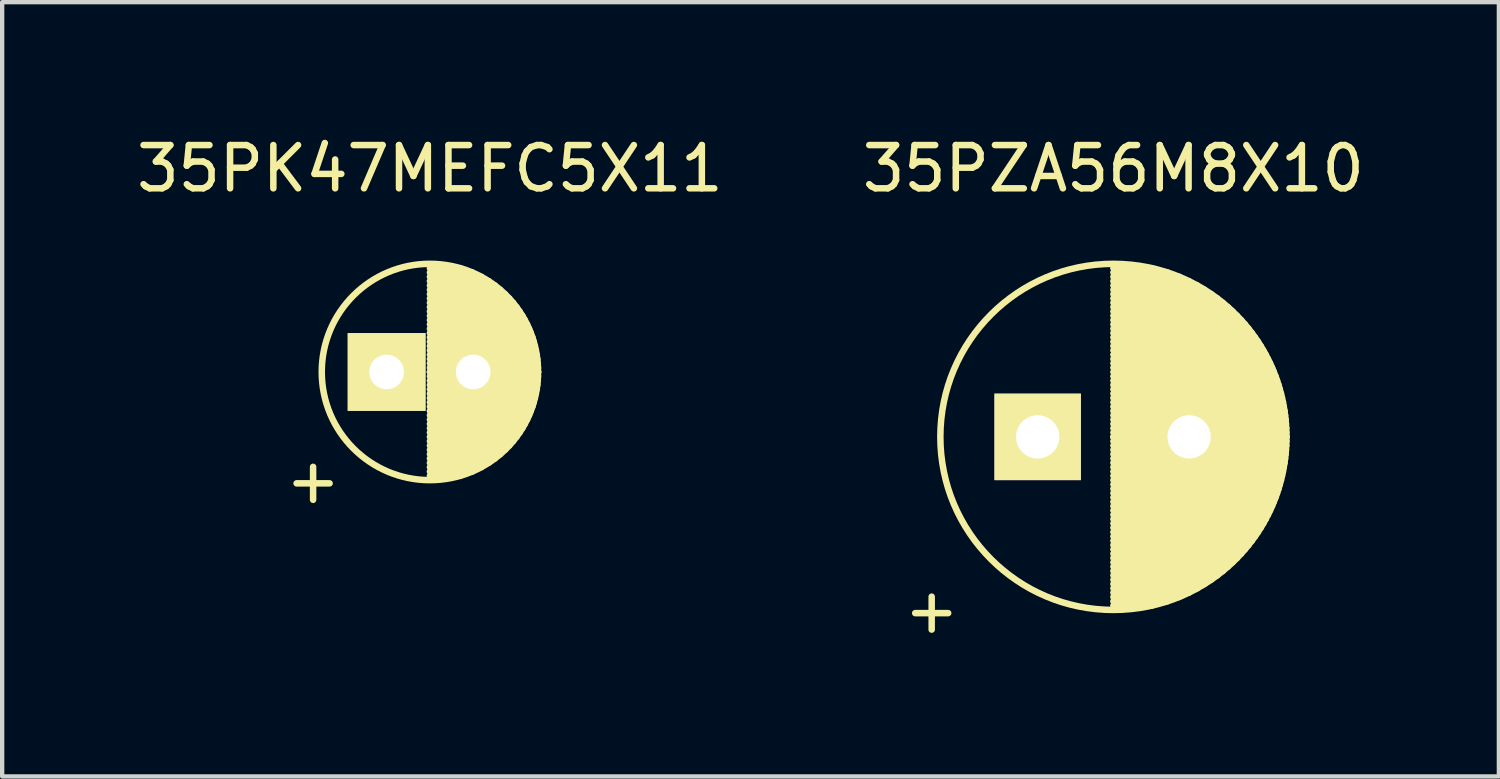
<source format=kicad_pcb>
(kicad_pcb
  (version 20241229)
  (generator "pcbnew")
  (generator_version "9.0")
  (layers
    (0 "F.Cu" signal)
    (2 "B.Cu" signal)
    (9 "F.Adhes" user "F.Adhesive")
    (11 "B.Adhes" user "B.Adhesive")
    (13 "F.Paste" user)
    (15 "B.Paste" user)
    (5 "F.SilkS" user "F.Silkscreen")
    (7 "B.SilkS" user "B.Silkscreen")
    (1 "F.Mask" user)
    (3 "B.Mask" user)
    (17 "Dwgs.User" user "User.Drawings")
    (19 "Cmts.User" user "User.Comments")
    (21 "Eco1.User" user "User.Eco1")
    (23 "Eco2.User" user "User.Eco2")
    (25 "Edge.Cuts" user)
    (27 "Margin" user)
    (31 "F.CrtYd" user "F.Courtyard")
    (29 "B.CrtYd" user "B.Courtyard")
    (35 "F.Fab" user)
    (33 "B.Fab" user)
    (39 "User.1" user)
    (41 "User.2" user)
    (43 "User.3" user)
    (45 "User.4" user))
  (footprint "35PZA56M8X10"
    (layer "F.Cu")
    (at 20.935 7.048)
    (property "Reference" "35PZA56M8X10" (at 1.75 -6.2 0) (layer "F.SilkS") (effects (font (size 1 1) (thickness 0.15))))
    (attr through_hole)
    (fp_line (start 1.75 -3.9) (end 2.639 -3.9) (stroke (width 0.15) (type solid)) (layer "F.SilkS"))
    (fp_line (start 1.75 -3.8) (end 2.999 -3.8) (stroke (width 0.15) (type solid)) (layer "F.SilkS"))
    (fp_line (start 1.75 -3.7) (end 3.27 -3.7) (stroke (width 0.15) (type solid)) (layer "F.SilkS"))
    (fp_line (start 1.75 -3.6) (end 3.494 -3.6) (stroke (width 0.15) (type solid)) (layer "F.SilkS"))
    (fp_line (start 1.75 -3.5) (end 3.686 -3.5) (stroke (width 0.15) (type solid)) (layer "F.SilkS"))
    (fp_line (start 1.75 -3.4) (end 3.857 -3.4) (stroke (width 0.15) (type solid)) (layer "F.SilkS"))
    (fp_line (start 1.75 -3.3) (end 4.011 -3.3) (stroke (width 0.15) (type solid)) (layer "F.SilkS"))
    (fp_line (start 1.75 -3.2) (end 4.15 -3.2) (stroke (width 0.15) (type solid)) (layer "F.SilkS"))
    (fp_line (start 1.75 -3.1) (end 4.278 -3.1) (stroke (width 0.15) (type solid)) (layer "F.SilkS"))
    (fp_line (start 1.75 -3) (end 4.396 -3) (stroke (width 0.15) (type solid)) (layer "F.SilkS"))
    (fp_line (start 1.75 -2.9) (end 4.505 -2.9) (stroke (width 0.15) (type solid)) (layer "F.SilkS"))
    (fp_line (start 1.75 -2.8) (end 4.607 -2.8) (stroke (width 0.15) (type solid)) (layer "F.SilkS"))
    (fp_line (start 1.75 -2.7) (end 4.701 -2.7) (stroke (width 0.15) (type solid)) (layer "F.SilkS"))
    (fp_line (start 1.75 -2.6) (end 4.79 -2.6) (stroke (width 0.15) (type solid)) (layer "F.SilkS"))
    (fp_line (start 1.75 -2.5) (end 4.872 -2.5) (stroke (width 0.15) (type solid)) (layer "F.SilkS"))
    (fp_line (start 1.75 -2.4) (end 4.95 -2.4) (stroke (width 0.15) (type solid)) (layer "F.SilkS"))
    (fp_line (start 1.75 -2.3) (end 5.023 -2.3) (stroke (width 0.15) (type solid)) (layer "F.SilkS"))
    (fp_line (start 1.75 -2.2) (end 5.091 -2.2) (stroke (width 0.15) (type solid)) (layer "F.SilkS"))
    (fp_line (start 1.75 -2.1) (end 5.154 -2.1) (stroke (width 0.15) (type solid)) (layer "F.SilkS"))
    (fp_line (start 1.75 -2) (end 5.214 -2) (stroke (width 0.15) (type solid)) (layer "F.SilkS"))
    (fp_line (start 1.75 -1.9) (end 5.27 -1.9) (stroke (width 0.15) (type solid)) (layer "F.SilkS"))
    (fp_line (start 1.75 -1.8) (end 5.322 -1.8) (stroke (width 0.15) (type solid)) (layer "F.SilkS"))
    (fp_line (start 1.75 -1.7) (end 5.371 -1.7) (stroke (width 0.15) (type solid)) (layer "F.SilkS"))
    (fp_line (start 1.75 -1.6) (end 5.416 -1.6) (stroke (width 0.15) (type solid)) (layer "F.SilkS"))
    (fp_line (start 1.75 -1.5) (end 5.458 -1.5) (stroke (width 0.15) (type solid)) (layer "F.SilkS"))
    (fp_line (start 1.75 -1.4) (end 5.497 -1.4) (stroke (width 0.15) (type solid)) (layer "F.SilkS"))
    (fp_line (start 1.75 -1.3) (end 5.533 -1.3) (stroke (width 0.15) (type solid)) (layer "F.SilkS"))
    (fp_line (start 1.75 -1.2) (end 5.566 -1.2) (stroke (width 0.15) (type solid)) (layer "F.SilkS"))
    (fp_line (start 1.75 -1.1) (end 5.596 -1.1) (stroke (width 0.15) (type solid)) (layer "F.SilkS"))
    (fp_line (start 1.75 -1) (end 5.623 -1) (stroke (width 0.15) (type solid)) (layer "F.SilkS"))
    (fp_line (start 1.75 -0.9) (end 5.647 -0.9) (stroke (width 0.15) (type solid)) (layer "F.SilkS"))
    (fp_line (start 1.75 -0.8) (end 5.669 -0.8) (stroke (width 0.15) (type solid)) (layer "F.SilkS"))
    (fp_line (start 1.75 -0.7) (end 5.688 -0.7) (stroke (width 0.15) (type solid)) (layer "F.SilkS"))
    (fp_line (start 1.75 -0.6) (end 5.705 -0.6) (stroke (width 0.15) (type solid)) (layer "F.SilkS"))
    (fp_line (start 1.75 -0.5) (end 5.719 -0.5) (stroke (width 0.15) (type solid)) (layer "F.SilkS"))
    (fp_line (start 1.75 -0.4) (end 5.73 -0.4) (stroke (width 0.15) (type solid)) (layer "F.SilkS"))
    (fp_line (start 1.75 -0.3) (end 5.739 -0.3) (stroke (width 0.15) (type solid)) (layer "F.SilkS"))
    (fp_line (start 1.75 -0.2) (end 5.745 -0.2) (stroke (width 0.15) (type solid)) (layer "F.SilkS"))
    (fp_line (start 1.75 -0.1) (end 5.749 -0.1) (stroke (width 0.15) (type solid)) (layer "F.SilkS"))
    (fp_line (start 1.75 0) (end 5.75 0) (stroke (width 0.15) (type solid)) (layer "F.SilkS"))
    (fp_line (start 1.75 0) (end 5.75 0) (stroke (width 0.15) (type solid)) (layer "F.SilkS"))
    (fp_line (start 1.75 0.1) (end 5.749 0.1) (stroke (width 0.15) (type solid)) (layer "F.SilkS"))
    (fp_line (start 1.75 0.2) (end 5.745 0.2) (stroke (width 0.15) (type solid)) (layer "F.SilkS"))
    (fp_line (start 1.75 0.3) (end 5.739 0.3) (stroke (width 0.15) (type solid)) (layer "F.SilkS"))
    (fp_line (start 1.75 0.4) (end 5.73 0.4) (stroke (width 0.15) (type solid)) (layer "F.SilkS"))
    (fp_line (start 1.75 0.5) (end 5.719 0.5) (stroke (width 0.15) (type solid)) (layer "F.SilkS"))
    (fp_line (start 1.75 0.6) (end 5.705 0.6) (stroke (width 0.15) (type solid)) (layer "F.SilkS"))
    (fp_line (start 1.75 0.7) (end 5.688 0.7) (stroke (width 0.15) (type solid)) (layer "F.SilkS"))
    (fp_line (start 1.75 0.8) (end 5.669 0.8) (stroke (width 0.15) (type solid)) (layer "F.SilkS"))
    (fp_line (start 1.75 0.9) (end 5.647 0.9) (stroke (width 0.15) (type solid)) (layer "F.SilkS"))
    (fp_line (start 1.75 1) (end 5.623 1) (stroke (width 0.15) (type solid)) (layer "F.SilkS"))
    (fp_line (start 1.75 1.1) (end 5.596 1.1) (stroke (width 0.15) (type solid)) (layer "F.SilkS"))
    (fp_line (start 1.75 1.2) (end 5.566 1.2) (stroke (width 0.15) (type solid)) (layer "F.SilkS"))
    (fp_line (start 1.75 1.3) (end 5.533 1.3) (stroke (width 0.15) (type solid)) (layer "F.SilkS"))
    (fp_line (start 1.75 1.4) (end 5.497 1.4) (stroke (width 0.15) (type solid)) (layer "F.SilkS"))
    (fp_line (start 1.75 1.5) (end 5.458 1.5) (stroke (width 0.15) (type solid)) (layer "F.SilkS"))
    (fp_line (start 1.75 1.6) (end 5.416 1.6) (stroke (width 0.15) (type solid)) (layer "F.SilkS"))
    (fp_line (start 1.75 1.7) (end 5.371 1.7) (stroke (width 0.15) (type solid)) (layer "F.SilkS"))
    (fp_line (start 1.75 1.8) (end 5.322 1.8) (stroke (width 0.15) (type solid)) (layer "F.SilkS"))
    (fp_line (start 1.75 1.9) (end 5.27 1.9) (stroke (width 0.15) (type solid)) (layer "F.SilkS"))
    (fp_line (start 1.75 2) (end 5.214 2) (stroke (width 0.15) (type solid)) (layer "F.SilkS"))
    (fp_line (start 1.75 2.1) (end 5.154 2.1) (stroke (width 0.15) (type solid)) (layer "F.SilkS"))
    (fp_line (start 1.75 2.2) (end 5.091 2.2) (stroke (width 0.15) (type solid)) (layer "F.SilkS"))
    (fp_line (start 1.75 2.3) (end 5.023 2.3) (stroke (width 0.15) (type solid)) (layer "F.SilkS"))
    (fp_line (start 1.75 2.4) (end 4.95 2.4) (stroke (width 0.15) (type solid)) (layer "F.SilkS"))
    (fp_line (start 1.75 2.5) (end 4.872 2.5) (stroke (width 0.15) (type solid)) (layer "F.SilkS"))
    (fp_line (start 1.75 2.6) (end 4.79 2.6) (stroke (width 0.15) (type solid)) (layer "F.SilkS"))
    (fp_line (start 1.75 2.7) (end 4.701 2.7) (stroke (width 0.15) (type solid)) (layer "F.SilkS"))
    (fp_line (start 1.75 2.8) (end 4.607 2.8) (stroke (width 0.15) (type solid)) (layer "F.SilkS"))
    (fp_line (start 1.75 2.9) (end 4.505 2.9) (stroke (width 0.15) (type solid)) (layer "F.SilkS"))
    (fp_line (start 1.75 3) (end 4.396 3) (stroke (width 0.15) (type solid)) (layer "F.SilkS"))
    (fp_line (start 1.75 3.1) (end 4.278 3.1) (stroke (width 0.15) (type solid)) (layer "F.SilkS"))
    (fp_line (start 1.75 3.2) (end 4.15 3.2) (stroke (width 0.15) (type solid)) (layer "F.SilkS"))
    (fp_line (start 1.75 3.3) (end 4.011 3.3) (stroke (width 0.15) (type solid)) (layer "F.SilkS"))
    (fp_line (start 1.75 3.4) (end 3.857 3.4) (stroke (width 0.15) (type solid)) (layer "F.SilkS"))
    (fp_line (start 1.75 3.5) (end 3.686 3.5) (stroke (width 0.15) (type solid)) (layer "F.SilkS"))
    (fp_line (start 1.75 3.6) (end 3.494 3.6) (stroke (width 0.15) (type solid)) (layer "F.SilkS"))
    (fp_line (start 1.75 3.7) (end 3.27 3.7) (stroke (width 0.15) (type solid)) (layer "F.SilkS"))
    (fp_line (start 1.75 3.8) (end 2.999 3.8) (stroke (width 0.15) (type solid)) (layer "F.SilkS"))
    (fp_line (start 1.75 3.9) (end 2.639 3.9) (stroke (width 0.15) (type solid)) (layer "F.SilkS"))
    (fp_circle (center 1.75 0) (end 1.75 -4) (stroke (width 0.15) (type solid)) (fill no) (layer "F.SilkS"))
    (fp_text user "+" (at -2.45 4 0) (layer "F.SilkS") (effects (font (size 1 1) (thickness 0.15))))
    (pad "1" thru_hole rect (at 0 0) (size 2 2) (drill 1) (layers "*.Cu" "*.Mask" "F.SilkS"))
    (pad "2" thru_hole circle (at 3.5 0) (size 2 2) (drill 1) (layers "*.Cu" "*.Mask" "F.SilkS")))
  (footprint "35PK47MEFC5X11"
    (layer "F.Cu")
    (at 5.887 5.548)
    (property "Reference" "35PK47MEFC5X11" (at 1 -4.7 0) (layer "F.SilkS") (effects (font (size 1 1) (thickness 0.15))))
    (attr through_hole)
    (fp_line (start 1 -2.4) (end 1.7 -2.4) (stroke (width 0.15) (type solid)) (layer "F.SilkS"))
    (fp_line (start 1 -2.3) (end 1.98 -2.3) (stroke (width 0.15) (type solid)) (layer "F.SilkS"))
    (fp_line (start 1 -2.2) (end 2.187 -2.2) (stroke (width 0.15) (type solid)) (layer "F.SilkS"))
    (fp_line (start 1 -2.1) (end 2.356 -2.1) (stroke (width 0.15) (type solid)) (layer "F.SilkS"))
    (fp_line (start 1 -2) (end 2.5 -2) (stroke (width 0.15) (type solid)) (layer "F.SilkS"))
    (fp_line (start 1 -1.9) (end 2.625 -1.9) (stroke (width 0.15) (type solid)) (layer "F.SilkS"))
    (fp_line (start 1 -1.8) (end 2.735 -1.8) (stroke (width 0.15) (type solid)) (layer "F.SilkS"))
    (fp_line (start 1 -1.7) (end 2.833 -1.7) (stroke (width 0.15) (type solid)) (layer "F.SilkS"))
    (fp_line (start 1 -1.6) (end 2.921 -1.6) (stroke (width 0.15) (type solid)) (layer "F.SilkS"))
    (fp_line (start 1 -1.5) (end 3 -1.5) (stroke (width 0.15) (type solid)) (layer "F.SilkS"))
    (fp_line (start 1 -1.4) (end 3.071 -1.4) (stroke (width 0.15) (type solid)) (layer "F.SilkS"))
    (fp_line (start 1 -1.3) (end 3.135 -1.3) (stroke (width 0.15) (type solid)) (layer "F.SilkS"))
    (fp_line (start 1 -1.2) (end 3.193 -1.2) (stroke (width 0.15) (type solid)) (layer "F.SilkS"))
    (fp_line (start 1 -1.1) (end 3.245 -1.1) (stroke (width 0.15) (type solid)) (layer "F.SilkS"))
    (fp_line (start 1 -1) (end 3.291 -1) (stroke (width 0.15) (type solid)) (layer "F.SilkS"))
    (fp_line (start 1 -0.9) (end 3.332 -0.9) (stroke (width 0.15) (type solid)) (layer "F.SilkS"))
    (fp_line (start 1 -0.8) (end 3.369 -0.8) (stroke (width 0.15) (type solid)) (layer "F.SilkS"))
    (fp_line (start 1 -0.7) (end 3.4 -0.7) (stroke (width 0.15) (type solid)) (layer "F.SilkS"))
    (fp_line (start 1 -0.6) (end 3.427 -0.6) (stroke (width 0.15) (type solid)) (layer "F.SilkS"))
    (fp_line (start 1 -0.5) (end 3.449 -0.5) (stroke (width 0.15) (type solid)) (layer "F.SilkS"))
    (fp_line (start 1 -0.4) (end 3.468 -0.4) (stroke (width 0.15) (type solid)) (layer "F.SilkS"))
    (fp_line (start 1 -0.3) (end 3.482 -0.3) (stroke (width 0.15) (type solid)) (layer "F.SilkS"))
    (fp_line (start 1 -0.2) (end 3.492 -0.2) (stroke (width 0.15) (type solid)) (layer "F.SilkS"))
    (fp_line (start 1 -0.1) (end 3.498 -0.1) (stroke (width 0.15) (type solid)) (layer "F.SilkS"))
    (fp_line (start 1 0) (end 3.5 0) (stroke (width 0.15) (type solid)) (layer "F.SilkS"))
    (fp_line (start 1 0) (end 3.5 0) (stroke (width 0.15) (type solid)) (layer "F.SilkS"))
    (fp_line (start 1 0.1) (end 3.498 0.1) (stroke (width 0.15) (type solid)) (layer "F.SilkS"))
    (fp_line (start 1 0.2) (end 3.492 0.2) (stroke (width 0.15) (type solid)) (layer "F.SilkS"))
    (fp_line (start 1 0.3) (end 3.482 0.3) (stroke (width 0.15) (type solid)) (layer "F.SilkS"))
    (fp_line (start 1 0.4) (end 3.468 0.4) (stroke (width 0.15) (type solid)) (layer "F.SilkS"))
    (fp_line (start 1 0.5) (end 3.449 0.5) (stroke (width 0.15) (type solid)) (layer "F.SilkS"))
    (fp_line (start 1 0.6) (end 3.427 0.6) (stroke (width 0.15) (type solid)) (layer "F.SilkS"))
    (fp_line (start 1 0.7) (end 3.4 0.7) (stroke (width 0.15) (type solid)) (layer "F.SilkS"))
    (fp_line (start 1 0.8) (end 3.369 0.8) (stroke (width 0.15) (type solid)) (layer "F.SilkS"))
    (fp_line (start 1 0.9) (end 3.332 0.9) (stroke (width 0.15) (type solid)) (layer "F.SilkS"))
    (fp_line (start 1 1) (end 3.291 1) (stroke (width 0.15) (type solid)) (layer "F.SilkS"))
    (fp_line (start 1 1.1) (end 3.245 1.1) (stroke (width 0.15) (type solid)) (layer "F.SilkS"))
    (fp_line (start 1 1.2) (end 3.193 1.2) (stroke (width 0.15) (type solid)) (layer "F.SilkS"))
    (fp_line (start 1 1.3) (end 3.135 1.3) (stroke (width 0.15) (type solid)) (layer "F.SilkS"))
    (fp_line (start 1 1.4) (end 3.071 1.4) (stroke (width 0.15) (type solid)) (layer "F.SilkS"))
    (fp_line (start 1 1.5) (end 3 1.5) (stroke (width 0.15) (type solid)) (layer "F.SilkS"))
    (fp_line (start 1 1.6) (end 2.921 1.6) (stroke (width 0.15) (type solid)) (layer "F.SilkS"))
    (fp_line (start 1 1.7) (end 2.833 1.7) (stroke (width 0.15) (type solid)) (layer "F.SilkS"))
    (fp_line (start 1 1.8) (end 2.735 1.8) (stroke (width 0.15) (type solid)) (layer "F.SilkS"))
    (fp_line (start 1 1.9) (end 2.625 1.9) (stroke (width 0.15) (type solid)) (layer "F.SilkS"))
    (fp_line (start 1 2) (end 2.5 2) (stroke (width 0.15) (type solid)) (layer "F.SilkS"))
    (fp_line (start 1 2.1) (end 2.356 2.1) (stroke (width 0.15) (type solid)) (layer "F.SilkS"))
    (fp_line (start 1 2.2) (end 2.187 2.2) (stroke (width 0.15) (type solid)) (layer "F.SilkS"))
    (fp_line (start 1 2.3) (end 1.98 2.3) (stroke (width 0.15) (type solid)) (layer "F.SilkS"))
    (fp_line (start 1 2.4) (end 1.7 2.4) (stroke (width 0.15) (type solid)) (layer "F.SilkS"))
    (fp_circle (center 1 0) (end 1 -2.5) (stroke (width 0.15) (type solid)) (fill no) (layer "F.SilkS"))
    (fp_text user "+" (at -1.7 2.5 0) (layer "F.SilkS") (effects (font (size 1 1) (thickness 0.15))))
    (pad "1" thru_hole rect (at 0 0) (size 1.8 1.8) (drill 0.8) (layers "*.Cu" "*.Mask" "F.SilkS"))
    (pad "2" thru_hole circle (at 2 0) (size 1.8 1.8) (drill 0.8) (layers "*.Cu" "*.Mask" "F.SilkS")))
  (gr_rect
    (start -3 -3)
    (end 31.595 14.896)
    (stroke (width 0.1) (type default))
    (fill no)
    (layer "Edge.Cuts")))
</source>
